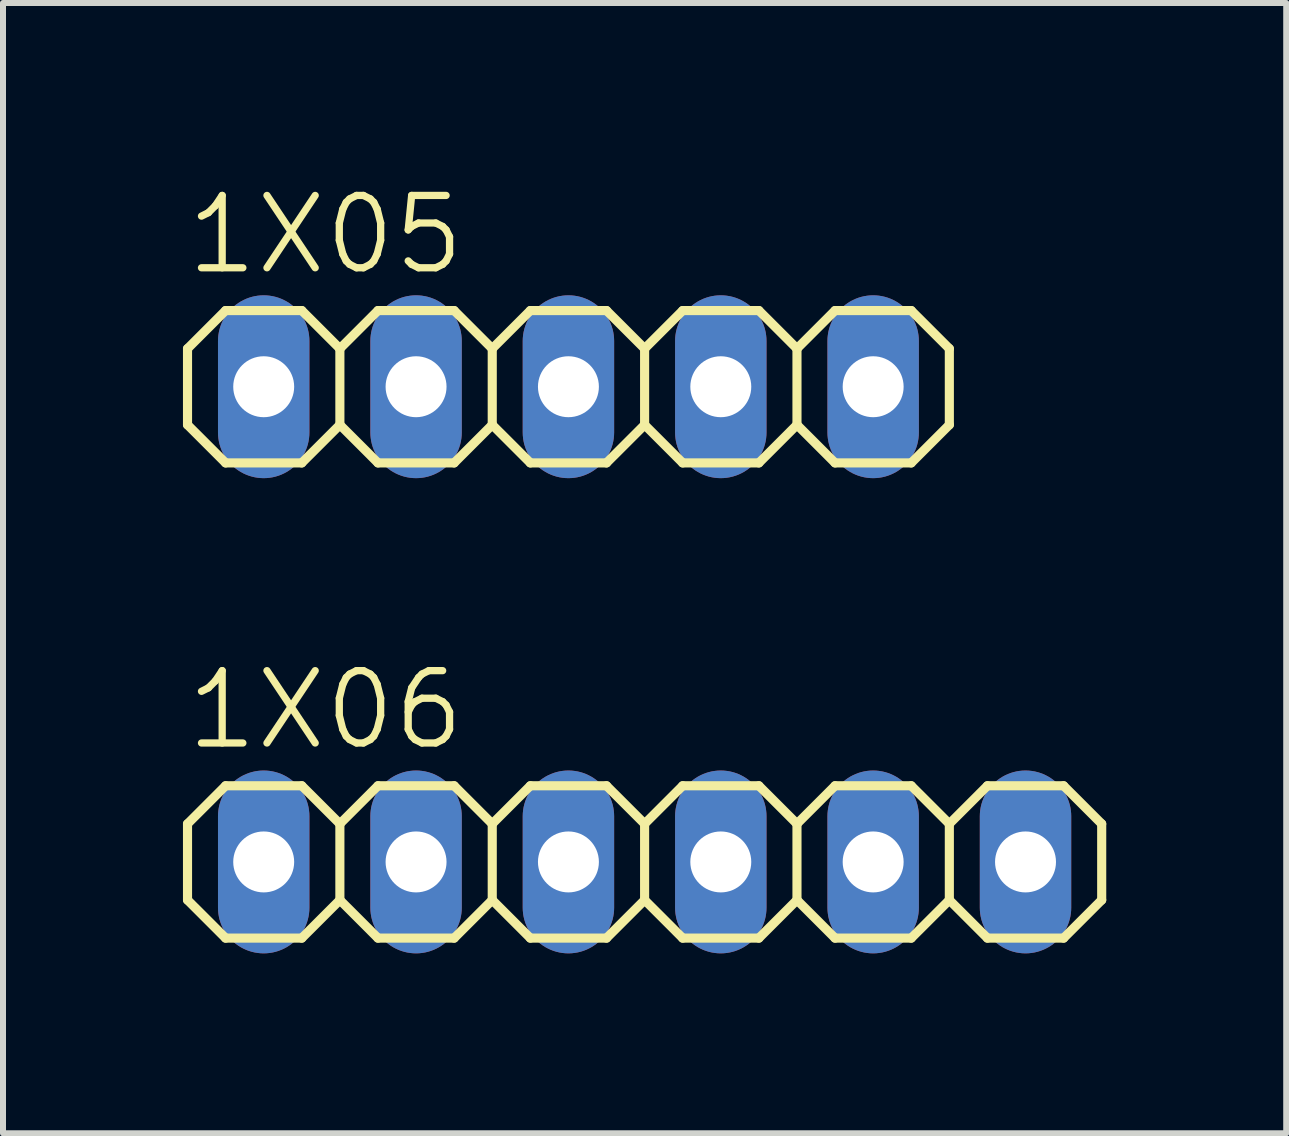
<source format=kicad_pcb>
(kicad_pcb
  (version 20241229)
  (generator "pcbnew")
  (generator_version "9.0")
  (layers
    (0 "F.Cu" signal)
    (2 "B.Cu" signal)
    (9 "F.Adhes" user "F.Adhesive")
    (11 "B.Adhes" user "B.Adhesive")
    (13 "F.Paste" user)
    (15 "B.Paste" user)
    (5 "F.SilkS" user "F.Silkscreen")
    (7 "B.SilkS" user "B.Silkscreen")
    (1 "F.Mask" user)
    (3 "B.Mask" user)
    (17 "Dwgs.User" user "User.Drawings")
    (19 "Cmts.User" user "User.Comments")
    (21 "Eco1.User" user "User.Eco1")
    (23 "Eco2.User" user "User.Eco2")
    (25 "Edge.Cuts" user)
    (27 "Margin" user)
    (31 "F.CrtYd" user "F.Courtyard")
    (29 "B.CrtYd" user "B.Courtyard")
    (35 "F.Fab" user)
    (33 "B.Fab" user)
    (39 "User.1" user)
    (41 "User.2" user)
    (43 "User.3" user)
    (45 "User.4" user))
  (footprint "1X06"
    (layer "F.Cu")
    (at 7.696 11.319)
    (property "Reference" "1X06" (at -7.696 -1.829 0) (layer "F.SilkS") (effects (font (size 1.206 1.206) (thickness 0.121)) (justify left bottom)))
    (attr through_hole)
    (fp_line (start -7.62 -0.635) (end -7.62 0.635) (stroke (width 0.152) (type solid)) (layer "F.SilkS"))
    (fp_line (start -7.62 0.635) (end -6.985 1.27) (stroke (width 0.152) (type solid)) (layer "F.SilkS"))
    (fp_line (start -6.985 -1.27) (end -7.62 -0.635) (stroke (width 0.152) (type solid)) (layer "F.SilkS"))
    (fp_line (start -6.985 -1.27) (end -5.715 -1.27) (stroke (width 0.152) (type solid)) (layer "F.SilkS"))
    (fp_line (start -5.715 -1.27) (end -5.08 -0.635) (stroke (width 0.152) (type solid)) (layer "F.SilkS"))
    (fp_line (start -5.715 1.27) (end -6.985 1.27) (stroke (width 0.152) (type solid)) (layer "F.SilkS"))
    (fp_line (start -5.08 -0.635) (end -5.08 0.635) (stroke (width 0.152) (type solid)) (layer "F.SilkS"))
    (fp_line (start -5.08 -0.635) (end -4.445 -1.27) (stroke (width 0.152) (type solid)) (layer "F.SilkS"))
    (fp_line (start -5.08 0.635) (end -5.715 1.27) (stroke (width 0.152) (type solid)) (layer "F.SilkS"))
    (fp_line (start -4.445 -1.27) (end -3.175 -1.27) (stroke (width 0.152) (type solid)) (layer "F.SilkS"))
    (fp_line (start -4.445 1.27) (end -5.08 0.635) (stroke (width 0.152) (type solid)) (layer "F.SilkS"))
    (fp_line (start -3.175 -1.27) (end -2.54 -0.635) (stroke (width 0.152) (type solid)) (layer "F.SilkS"))
    (fp_line (start -3.175 1.27) (end -4.445 1.27) (stroke (width 0.152) (type solid)) (layer "F.SilkS"))
    (fp_line (start -2.54 -0.635) (end -2.54 0.635) (stroke (width 0.152) (type solid)) (layer "F.SilkS"))
    (fp_line (start -2.54 -0.635) (end -1.905 -1.27) (stroke (width 0.152) (type solid)) (layer "F.SilkS"))
    (fp_line (start -2.54 0.635) (end -3.175 1.27) (stroke (width 0.152) (type solid)) (layer "F.SilkS"))
    (fp_line (start -1.905 -1.27) (end -0.635 -1.27) (stroke (width 0.152) (type solid)) (layer "F.SilkS"))
    (fp_line (start -1.905 1.27) (end -2.54 0.635) (stroke (width 0.152) (type solid)) (layer "F.SilkS"))
    (fp_line (start -0.635 -1.27) (end 0 -0.635) (stroke (width 0.152) (type solid)) (layer "F.SilkS"))
    (fp_line (start -0.635 1.27) (end -1.905 1.27) (stroke (width 0.152) (type solid)) (layer "F.SilkS"))
    (fp_line (start 0 -0.635) (end 0 0.635) (stroke (width 0.152) (type solid)) (layer "F.SilkS"))
    (fp_line (start 0 0.635) (end -0.635 1.27) (stroke (width 0.152) (type solid)) (layer "F.SilkS"))
    (fp_line (start 0 0.635) (end 0.635 1.27) (stroke (width 0.152) (type solid)) (layer "F.SilkS"))
    (fp_line (start 0.635 -1.27) (end 0 -0.635) (stroke (width 0.152) (type solid)) (layer "F.SilkS"))
    (fp_line (start 0.635 -1.27) (end 1.905 -1.27) (stroke (width 0.152) (type solid)) (layer "F.SilkS"))
    (fp_line (start 1.905 -1.27) (end 2.54 -0.635) (stroke (width 0.152) (type solid)) (layer "F.SilkS"))
    (fp_line (start 1.905 1.27) (end 0.635 1.27) (stroke (width 0.152) (type solid)) (layer "F.SilkS"))
    (fp_line (start 2.54 -0.635) (end 2.54 0.635) (stroke (width 0.152) (type solid)) (layer "F.SilkS"))
    (fp_line (start 2.54 -0.635) (end 3.175 -1.27) (stroke (width 0.152) (type solid)) (layer "F.SilkS"))
    (fp_line (start 2.54 0.635) (end 1.905 1.27) (stroke (width 0.152) (type solid)) (layer "F.SilkS"))
    (fp_line (start 3.175 -1.27) (end 4.445 -1.27) (stroke (width 0.152) (type solid)) (layer "F.SilkS"))
    (fp_line (start 3.175 1.27) (end 2.54 0.635) (stroke (width 0.152) (type solid)) (layer "F.SilkS"))
    (fp_line (start 4.445 -1.27) (end 5.08 -0.635) (stroke (width 0.152) (type solid)) (layer "F.SilkS"))
    (fp_line (start 4.445 1.27) (end 3.175 1.27) (stroke (width 0.152) (type solid)) (layer "F.SilkS"))
    (fp_line (start 5.08 -0.635) (end 5.08 0.635) (stroke (width 0.152) (type solid)) (layer "F.SilkS"))
    (fp_line (start 5.08 0.635) (end 4.445 1.27) (stroke (width 0.152) (type solid)) (layer "F.SilkS"))
    (fp_line (start 5.08 0.635) (end 5.715 1.27) (stroke (width 0.152) (type solid)) (layer "F.SilkS"))
    (fp_line (start 5.715 -1.27) (end 5.08 -0.635) (stroke (width 0.152) (type solid)) (layer "F.SilkS"))
    (fp_line (start 5.715 -1.27) (end 6.985 -1.27) (stroke (width 0.152) (type solid)) (layer "F.SilkS"))
    (fp_line (start 6.985 -1.27) (end 7.62 -0.635) (stroke (width 0.152) (type solid)) (layer "F.SilkS"))
    (fp_line (start 6.985 1.27) (end 5.715 1.27) (stroke (width 0.152) (type solid)) (layer "F.SilkS"))
    (fp_line (start 7.62 -0.635) (end 7.62 0.635) (stroke (width 0.152) (type solid)) (layer "F.SilkS"))
    (fp_line (start 7.62 0.635) (end 6.985 1.27) (stroke (width 0.152) (type solid)) (layer "F.SilkS"))
    (fp_poly (pts (xy -6.604 0.254) (xy -6.096 0.254) (xy -6.096 -0.254) (xy -6.604 -0.254)) (stroke (width 0.1) (type solid)) (fill no) (layer "F.Fab"))
    (fp_poly (pts (xy -4.064 0.254) (xy -3.556 0.254) (xy -3.556 -0.254) (xy -4.064 -0.254)) (stroke (width 0.1) (type solid)) (fill no) (layer "F.Fab"))
    (fp_poly (pts (xy -1.524 0.254) (xy -1.016 0.254) (xy -1.016 -0.254) (xy -1.524 -0.254)) (stroke (width 0.1) (type solid)) (fill no) (layer "F.Fab"))
    (fp_poly (pts (xy 1.016 0.254) (xy 1.524 0.254) (xy 1.524 -0.254) (xy 1.016 -0.254)) (stroke (width 0.1) (type solid)) (fill no) (layer "F.Fab"))
    (fp_poly (pts (xy 3.556 0.254) (xy 4.064 0.254) (xy 4.064 -0.254) (xy 3.556 -0.254)) (stroke (width 0.1) (type solid)) (fill no) (layer "F.Fab"))
    (fp_poly (pts (xy 6.096 0.254) (xy 6.604 0.254) (xy 6.604 -0.254) (xy 6.096 -0.254)) (stroke (width 0.1) (type solid)) (fill no) (layer "F.Fab"))
    (pad "1" thru_hole oval (at -6.35 0 90) (size 3.048 1.524) (drill 1.016) (layers "*.Cu" "*.Mask"))
    (pad "2" thru_hole oval (at -3.81 0 90) (size 3.048 1.524) (drill 1.016) (layers "*.Cu" "*.Mask"))
    (pad "3" thru_hole oval (at -1.27 0 90) (size 3.048 1.524) (drill 1.016) (layers "*.Cu" "*.Mask"))
    (pad "4" thru_hole oval (at 1.27 0 90) (size 3.048 1.524) (drill 1.016) (layers "*.Cu" "*.Mask"))
    (pad "5" thru_hole oval (at 3.81 0 90) (size 3.048 1.524) (drill 1.016) (layers "*.Cu" "*.Mask"))
    (pad "6" thru_hole oval (at 6.35 0 90) (size 3.048 1.524) (drill 1.016) (layers "*.Cu" "*.Mask")))
  (footprint "1X05"
    (layer "F.Cu")
    (at 6.426 3.397)
    (property "Reference" "1X05" (at -6.426 -1.829 180) (layer "F.SilkS") (effects (font (size 1.206 1.206) (thickness 0.121)) (justify left bottom)))
    (attr through_hole)
    (fp_line (start -6.35 -0.635) (end -6.35 0.635) (stroke (width 0.152) (type solid)) (layer "F.SilkS"))
    (fp_line (start -6.35 0.635) (end -5.715 1.27) (stroke (width 0.152) (type solid)) (layer "F.SilkS"))
    (fp_line (start -5.715 -1.27) (end -6.35 -0.635) (stroke (width 0.152) (type solid)) (layer "F.SilkS"))
    (fp_line (start -5.715 -1.27) (end -4.445 -1.27) (stroke (width 0.152) (type solid)) (layer "F.SilkS"))
    (fp_line (start -4.445 -1.27) (end -3.81 -0.635) (stroke (width 0.152) (type solid)) (layer "F.SilkS"))
    (fp_line (start -4.445 1.27) (end -5.715 1.27) (stroke (width 0.152) (type solid)) (layer "F.SilkS"))
    (fp_line (start -3.81 -0.635) (end -3.81 0.635) (stroke (width 0.152) (type solid)) (layer "F.SilkS"))
    (fp_line (start -3.81 -0.635) (end -3.175 -1.27) (stroke (width 0.152) (type solid)) (layer "F.SilkS"))
    (fp_line (start -3.81 0.635) (end -4.445 1.27) (stroke (width 0.152) (type solid)) (layer "F.SilkS"))
    (fp_line (start -3.175 -1.27) (end -1.905 -1.27) (stroke (width 0.152) (type solid)) (layer "F.SilkS"))
    (fp_line (start -3.175 1.27) (end -3.81 0.635) (stroke (width 0.152) (type solid)) (layer "F.SilkS"))
    (fp_line (start -1.905 -1.27) (end -1.27 -0.635) (stroke (width 0.152) (type solid)) (layer "F.SilkS"))
    (fp_line (start -1.905 1.27) (end -3.175 1.27) (stroke (width 0.152) (type solid)) (layer "F.SilkS"))
    (fp_line (start -1.27 -0.635) (end -1.27 0.635) (stroke (width 0.152) (type solid)) (layer "F.SilkS"))
    (fp_line (start -1.27 -0.635) (end -0.635 -1.27) (stroke (width 0.152) (type solid)) (layer "F.SilkS"))
    (fp_line (start -1.27 0.635) (end -1.905 1.27) (stroke (width 0.152) (type solid)) (layer "F.SilkS"))
    (fp_line (start -0.635 -1.27) (end 0.635 -1.27) (stroke (width 0.152) (type solid)) (layer "F.SilkS"))
    (fp_line (start -0.635 1.27) (end -1.27 0.635) (stroke (width 0.152) (type solid)) (layer "F.SilkS"))
    (fp_line (start 0.635 -1.27) (end 1.27 -0.635) (stroke (width 0.152) (type solid)) (layer "F.SilkS"))
    (fp_line (start 0.635 1.27) (end -0.635 1.27) (stroke (width 0.152) (type solid)) (layer "F.SilkS"))
    (fp_line (start 1.27 -0.635) (end 1.27 0.635) (stroke (width 0.152) (type solid)) (layer "F.SilkS"))
    (fp_line (start 1.27 0.635) (end 0.635 1.27) (stroke (width 0.152) (type solid)) (layer "F.SilkS"))
    (fp_line (start 1.27 0.635) (end 1.905 1.27) (stroke (width 0.152) (type solid)) (layer "F.SilkS"))
    (fp_line (start 1.905 -1.27) (end 1.27 -0.635) (stroke (width 0.152) (type solid)) (layer "F.SilkS"))
    (fp_line (start 1.905 -1.27) (end 3.175 -1.27) (stroke (width 0.152) (type solid)) (layer "F.SilkS"))
    (fp_line (start 3.175 -1.27) (end 3.81 -0.635) (stroke (width 0.152) (type solid)) (layer "F.SilkS"))
    (fp_line (start 3.175 1.27) (end 1.905 1.27) (stroke (width 0.152) (type solid)) (layer "F.SilkS"))
    (fp_line (start 3.81 -0.635) (end 3.81 0.635) (stroke (width 0.152) (type solid)) (layer "F.SilkS"))
    (fp_line (start 3.81 0.635) (end 3.175 1.27) (stroke (width 0.152) (type solid)) (layer "F.SilkS"))
    (fp_line (start 3.81 0.635) (end 4.445 1.27) (stroke (width 0.152) (type solid)) (layer "F.SilkS"))
    (fp_line (start 4.445 -1.27) (end 3.81 -0.635) (stroke (width 0.152) (type solid)) (layer "F.SilkS"))
    (fp_line (start 4.445 -1.27) (end 5.715 -1.27) (stroke (width 0.152) (type solid)) (layer "F.SilkS"))
    (fp_line (start 5.715 -1.27) (end 6.35 -0.635) (stroke (width 0.152) (type solid)) (layer "F.SilkS"))
    (fp_line (start 5.715 1.27) (end 4.445 1.27) (stroke (width 0.152) (type solid)) (layer "F.SilkS"))
    (fp_line (start 6.35 -0.635) (end 6.35 0.635) (stroke (width 0.152) (type solid)) (layer "F.SilkS"))
    (fp_line (start 6.35 0.635) (end 5.715 1.27) (stroke (width 0.152) (type solid)) (layer "F.SilkS"))
    (fp_poly (pts (xy -5.334 0.254) (xy -4.826 0.254) (xy -4.826 -0.254) (xy -5.334 -0.254)) (stroke (width 0.1) (type solid)) (fill no) (layer "F.Fab"))
    (fp_poly (pts (xy -2.794 0.254) (xy -2.286 0.254) (xy -2.286 -0.254) (xy -2.794 -0.254)) (stroke (width 0.1) (type solid)) (fill no) (layer "F.Fab"))
    (fp_poly (pts (xy -0.254 0.254) (xy 0.254 0.254) (xy 0.254 -0.254) (xy -0.254 -0.254)) (stroke (width 0.1) (type solid)) (fill no) (layer "F.Fab"))
    (fp_poly (pts (xy 2.286 0.254) (xy 2.794 0.254) (xy 2.794 -0.254) (xy 2.286 -0.254)) (stroke (width 0.1) (type solid)) (fill no) (layer "F.Fab"))
    (fp_poly (pts (xy 4.826 0.254) (xy 5.334 0.254) (xy 5.334 -0.254) (xy 4.826 -0.254)) (stroke (width 0.1) (type solid)) (fill no) (layer "F.Fab"))
    (pad "1" thru_hole oval (at -5.08 0 90) (size 3.048 1.524) (drill 1.016) (layers "*.Cu" "*.Mask"))
    (pad "2" thru_hole oval (at -2.54 0 90) (size 3.048 1.524) (drill 1.016) (layers "*.Cu" "*.Mask"))
    (pad "3" thru_hole oval (at 0 0 90) (size 3.048 1.524) (drill 1.016) (layers "*.Cu" "*.Mask"))
    (pad "4" thru_hole oval (at 2.54 0 90) (size 3.048 1.524) (drill 1.016) (layers "*.Cu" "*.Mask"))
    (pad "5" thru_hole oval (at 5.08 0 90) (size 3.048 1.524) (drill 1.016) (layers "*.Cu" "*.Mask")))
  (gr_rect
    (start -3 -3)
    (end 18.392 15.842)
    (stroke (width 0.1) (type default))
    (fill no)
    (layer "Edge.Cuts")))
</source>
